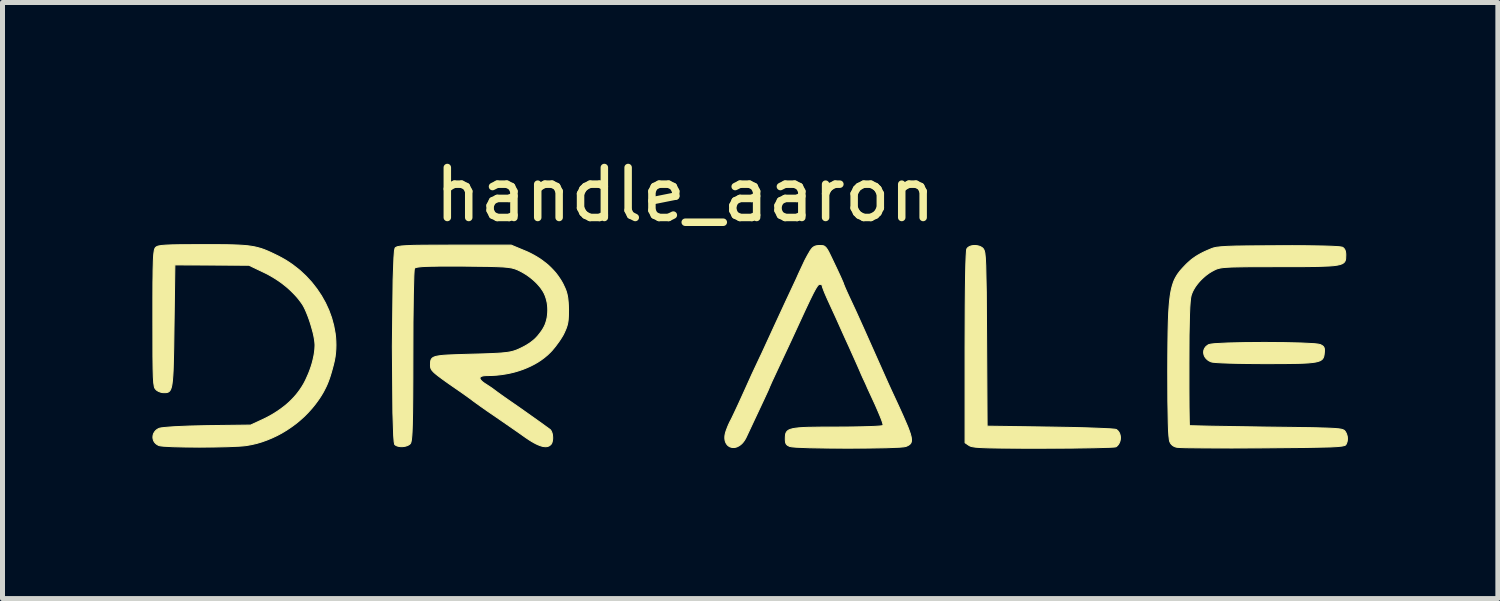
<source format=kicad_pcb>
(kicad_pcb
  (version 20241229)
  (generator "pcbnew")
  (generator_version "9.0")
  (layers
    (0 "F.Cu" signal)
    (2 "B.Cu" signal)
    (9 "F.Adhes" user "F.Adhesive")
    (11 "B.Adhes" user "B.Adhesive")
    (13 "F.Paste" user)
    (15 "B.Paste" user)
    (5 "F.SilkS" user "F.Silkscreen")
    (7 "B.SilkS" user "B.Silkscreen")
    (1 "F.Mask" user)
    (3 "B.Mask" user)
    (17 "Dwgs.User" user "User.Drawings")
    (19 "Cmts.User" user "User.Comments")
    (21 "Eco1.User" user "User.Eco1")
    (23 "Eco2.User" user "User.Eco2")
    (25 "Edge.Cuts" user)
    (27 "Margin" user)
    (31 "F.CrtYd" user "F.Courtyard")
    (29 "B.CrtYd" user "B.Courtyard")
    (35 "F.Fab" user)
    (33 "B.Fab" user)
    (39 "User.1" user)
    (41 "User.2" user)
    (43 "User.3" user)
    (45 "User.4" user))
  (footprint "handle_aaron"
    (layer "F.Cu")
    (at 10.625 3.788)
    (property "Reference" "handle_aaron" (at 0.04 -2.94 0) (unlocked yes) (layer "F.SilkS") (effects (font (size 1 1) (thickness 0.15))))
    (attr smd)
    (fp_poly (pts (xy 12.021 0.019) (xy 12.367 0.027) (xy 12.624 0.04) (xy 12.706 0.049) (xy 12.75 0.059) (xy 12.764 0.065) (xy 12.776 0.072) (xy 12.787 0.078) (xy 12.797 0.085) (xy 12.801 0.088) (xy 12.805 0.092) (xy 12.809 0.095) (xy 12.812 0.099) (xy 12.816 0.103) (xy 12.818 0.107) (xy 12.821 0.111) (xy 12.823 0.115) (xy 12.826 0.12) (xy 12.827 0.125) (xy 12.829 0.13) (xy 12.83 0.135) (xy 12.832 0.14) (xy 12.832 0.146) (xy 12.834 0.159) (xy 12.834 0.173) (xy 12.834 0.188) (xy 12.833 0.206) (xy 12.831 0.225) (xy 12.827 0.261) (xy 12.821 0.293) (xy 12.811 0.32) (xy 12.797 0.345) (xy 12.775 0.365) (xy 12.745 0.383) (xy 12.705 0.397) (xy 12.654 0.409) (xy 12.59 0.418) (xy 12.511 0.426) (xy 12.417 0.431) (xy 12.305 0.435) (xy 12.021 0.439) (xy 11.649 0.44) (xy 11.448 0.439) (xy 11.256 0.437) (xy 11.079 0.434) (xy 10.921 0.43) (xy 10.786 0.425) (xy 10.679 0.419) (xy 10.604 0.412) (xy 10.58 0.408) (xy 10.566 0.404) (xy 10.55 0.398) (xy 10.535 0.39) (xy 10.52 0.382) (xy 10.507 0.374) (xy 10.494 0.364) (xy 10.483 0.354) (xy 10.472 0.344) (xy 10.462 0.333) (xy 10.453 0.322) (xy 10.445 0.31) (xy 10.438 0.298) (xy 10.432 0.286) (xy 10.427 0.274) (xy 10.423 0.261) (xy 10.42 0.248) (xy 10.418 0.236) (xy 10.416 0.223) (xy 10.416 0.21) (xy 10.417 0.197) (xy 10.418 0.185) (xy 10.421 0.172) (xy 10.425 0.16) (xy 10.43 0.148) (xy 10.436 0.136) (xy 10.443 0.125) (xy 10.45 0.114) (xy 10.459 0.103) (xy 10.469 0.093) (xy 10.481 0.084) (xy 10.493 0.075) (xy 10.506 0.066) (xy 10.52 0.059) (xy 10.563 0.049) (xy 10.644 0.04) (xy 10.899 0.027) (xy 11.244 0.019) (xy 11.632 0.016)) (stroke (width 0.02) (type solid)) (fill yes) (layer "F.SilkS"))
    (fp_poly (pts (xy 5.855 -1.924) (xy 5.88 -1.921) (xy 5.904 -1.916) (xy 5.916 -1.913) (xy 5.928 -1.909) (xy 5.939 -1.905) (xy 5.95 -1.9) (xy 5.96 -1.895) (xy 5.97 -1.889) (xy 5.98 -1.883) (xy 5.989 -1.876) (xy 5.997 -1.868) (xy 6.005 -1.86) (xy 6.022 -1.83) (xy 6.037 -1.774) (xy 6.047 -1.675) (xy 6.055 -1.52) (xy 6.066 -0.985) (xy 6.072 -0.051) (xy 6.082 1.692) (xy 7.352 1.71) (xy 7.849 1.719) (xy 8.069 1.725) (xy 8.263 1.732) (xy 8.425 1.739) (xy 8.55 1.745) (xy 8.633 1.752) (xy 8.657 1.756) (xy 8.668 1.759) (xy 8.678 1.766) (xy 8.688 1.774) (xy 8.697 1.782) (xy 8.705 1.791) (xy 8.713 1.801) (xy 8.719 1.811) (xy 8.726 1.821) (xy 8.731 1.832) (xy 8.736 1.843) (xy 8.74 1.855) (xy 8.743 1.867) (xy 8.746 1.879) (xy 8.748 1.891) (xy 8.75 1.904) (xy 8.751 1.917) (xy 8.751 1.929) (xy 8.75 1.942) (xy 8.749 1.955) (xy 8.747 1.967) (xy 8.744 1.98) (xy 8.741 1.992) (xy 8.737 2.005) (xy 8.732 2.016) (xy 8.727 2.028) (xy 8.721 2.039) (xy 8.715 2.05) (xy 8.707 2.061) (xy 8.699 2.071) (xy 8.691 2.08) (xy 8.682 2.089) (xy 8.672 2.097) (xy 8.661 2.105) (xy 8.625 2.11) (xy 8.535 2.115) (xy 8.219 2.124) (xy 7.762 2.131) (xy 7.211 2.133) (xy 6.798 2.133) (xy 6.471 2.131) (xy 6.336 2.13) (xy 6.219 2.128) (xy 6.118 2.126) (xy 6.031 2.123) (xy 5.958 2.12) (xy 5.898 2.116) (xy 5.848 2.112) (xy 5.808 2.106) (xy 5.791 2.103) (xy 5.777 2.1) (xy 5.764 2.097) (xy 5.752 2.093) (xy 5.742 2.089) (xy 5.733 2.085) (xy 5.726 2.081) (xy 5.719 2.077) (xy 5.641 2.024) (xy 5.641 0.119) (xy 5.644 -0.709) (xy 5.647 -1.042) (xy 5.651 -1.319) (xy 5.656 -1.54) (xy 5.662 -1.704) (xy 5.669 -1.81) (xy 5.673 -1.841) (xy 5.677 -1.857) (xy 5.682 -1.865) (xy 5.688 -1.872) (xy 5.694 -1.879) (xy 5.702 -1.886) (xy 5.71 -1.892) (xy 5.719 -1.897) (xy 5.728 -1.902) (xy 5.738 -1.907) (xy 5.748 -1.911) (xy 5.759 -1.914) (xy 5.77 -1.917) (xy 5.782 -1.92) (xy 5.806 -1.923) (xy 5.83 -1.925)) (stroke (width 0.02) (type solid)) (fill yes) (layer "F.SilkS"))
    (fp_poly (pts (xy 12.435 -1.92) (xy 12.648 -1.917) (xy 12.828 -1.914) (xy 12.974 -1.909) (xy 13.084 -1.903) (xy 13.126 -1.9) (xy 13.158 -1.896) (xy 13.181 -1.892) (xy 13.194 -1.889) (xy 13.203 -1.884) (xy 13.21 -1.878) (xy 13.218 -1.872) (xy 13.224 -1.865) (xy 13.23 -1.858) (xy 13.236 -1.85) (xy 13.241 -1.841) (xy 13.245 -1.832) (xy 13.249 -1.822) (xy 13.252 -1.811) (xy 13.255 -1.799) (xy 13.257 -1.787) (xy 13.259 -1.774) (xy 13.26 -1.76) (xy 13.261 -1.745) (xy 13.261 -1.73) (xy 13.258 -1.655) (xy 13.251 -1.625) (xy 13.239 -1.599) (xy 13.218 -1.577) (xy 13.187 -1.558) (xy 13.145 -1.543) (xy 13.09 -1.531) (xy 13.019 -1.521) (xy 12.93 -1.514) (xy 12.694 -1.505) (xy 12.366 -1.501) (xy 11.931 -1.501) (xy 11.554 -1.5) (xy 11.4 -1.5) (xy 11.266 -1.499) (xy 11.15 -1.497) (xy 11.052 -1.495) (xy 10.969 -1.493) (xy 10.899 -1.489) (xy 10.868 -1.487) (xy 10.84 -1.485) (xy 10.815 -1.483) (xy 10.792 -1.48) (xy 10.771 -1.477) (xy 10.752 -1.474) (xy 10.734 -1.47) (xy 10.718 -1.466) (xy 10.703 -1.462) (xy 10.689 -1.458) (xy 10.675 -1.453) (xy 10.663 -1.448) (xy 10.65 -1.442) (xy 10.638 -1.436) (xy 10.612 -1.423) (xy 10.574 -1.402) (xy 10.536 -1.379) (xy 10.5 -1.354) (xy 10.464 -1.327) (xy 10.43 -1.298) (xy 10.396 -1.268) (xy 10.364 -1.237) (xy 10.334 -1.205) (xy 10.306 -1.172) (xy 10.279 -1.138) (xy 10.254 -1.104) (xy 10.232 -1.069) (xy 10.212 -1.034) (xy 10.194 -0.999) (xy 10.18 -0.964) (xy 10.167 -0.929) (xy 10.156 -0.875) (xy 10.147 -0.794) (xy 10.139 -0.682) (xy 10.133 -0.536) (xy 10.124 -0.131) (xy 10.122 0.447) (xy 10.122 0.925) (xy 10.124 1.317) (xy 10.128 1.582) (xy 10.13 1.655) (xy 10.131 1.675) (xy 10.132 1.682) (xy 10.586 1.693) (xy 11.667 1.71) (xy 12.152 1.716) (xy 12.351 1.719) (xy 12.523 1.721) (xy 12.671 1.724) (xy 12.796 1.728) (xy 12.85 1.729) (xy 12.9 1.731) (xy 12.945 1.733) (xy 12.986 1.735) (xy 13.023 1.737) (xy 13.056 1.739) (xy 13.085 1.742) (xy 13.111 1.744) (xy 13.133 1.747) (xy 13.153 1.75) (xy 13.17 1.753) (xy 13.185 1.757) (xy 13.197 1.761) (xy 13.208 1.765) (xy 13.217 1.769) (xy 13.225 1.773) (xy 13.232 1.778) (xy 13.237 1.783) (xy 13.242 1.789) (xy 13.247 1.794) (xy 13.257 1.81) (xy 13.266 1.826) (xy 13.274 1.843) (xy 13.28 1.86) (xy 13.285 1.877) (xy 13.29 1.894) (xy 13.292 1.912) (xy 13.294 1.93) (xy 13.294 1.947) (xy 13.293 1.965) (xy 13.291 1.982) (xy 13.288 1.999) (xy 13.283 2.016) (xy 13.277 2.032) (xy 13.27 2.048) (xy 13.261 2.063) (xy 13.253 2.071) (xy 13.239 2.078) (xy 13.187 2.09) (xy 13.094 2.1) (xy 12.948 2.108) (xy 12.454 2.118) (xy 11.614 2.126) (xy 10.978 2.129) (xy 10.44 2.127) (xy 10.059 2.123) (xy 9.944 2.119) (xy 9.889 2.115) (xy 9.876 2.113) (xy 9.863 2.11) (xy 9.851 2.107) (xy 9.839 2.102) (xy 9.828 2.097) (xy 9.817 2.092) (xy 9.807 2.086) (xy 9.798 2.079) (xy 9.788 2.072) (xy 9.784 2.068) (xy 9.78 2.064) (xy 9.776 2.06) (xy 9.772 2.056) (xy 9.768 2.052) (xy 9.764 2.047) (xy 9.761 2.042) (xy 9.757 2.038) (xy 9.754 2.033) (xy 9.751 2.028) (xy 9.748 2.022) (xy 9.746 2.017) (xy 9.743 2.012) (xy 9.741 2.006) (xy 9.735 1.991) (xy 9.73 1.966) (xy 9.721 1.89) (xy 9.713 1.777) (xy 9.708 1.624) (xy 9.7 1.194) (xy 9.698 0.588) (xy 9.699 0.296) (xy 9.701 0.037) (xy 9.704 -0.191) (xy 9.709 -0.392) (xy 9.716 -0.567) (xy 9.721 -0.646) (xy 9.726 -0.72) (xy 9.732 -0.788) (xy 9.739 -0.852) (xy 9.746 -0.911) (xy 9.755 -0.966) (xy 9.764 -1.017) (xy 9.775 -1.065) (xy 9.786 -1.109) (xy 9.799 -1.151) (xy 9.812 -1.19) (xy 9.827 -1.227) (xy 9.843 -1.261) (xy 9.861 -1.294) (xy 9.88 -1.326) (xy 9.9 -1.357) (xy 9.922 -1.386) (xy 9.945 -1.416) (xy 9.97 -1.445) (xy 9.997 -1.475) (xy 10.055 -1.536) (xy 10.081 -1.562) (xy 10.108 -1.587) (xy 10.134 -1.61) (xy 10.16 -1.633) (xy 10.187 -1.654) (xy 10.214 -1.674) (xy 10.242 -1.693) (xy 10.27 -1.712) (xy 10.3 -1.73) (xy 10.331 -1.748) (xy 10.364 -1.766) (xy 10.399 -1.784) (xy 10.436 -1.802) (xy 10.476 -1.82) (xy 10.563 -1.857) (xy 10.612 -1.875) (xy 10.677 -1.889) (xy 10.767 -1.899) (xy 10.892 -1.907) (xy 11.059 -1.913) (xy 11.279 -1.916) (xy 11.914 -1.92) (xy 12.19 -1.921)) (stroke (width 0.02) (type solid)) (fill yes) (layer "F.SilkS"))
    (fp_poly (pts (xy -9.268 -1.941) (xy -9.132 -1.94) (xy -9.011 -1.937) (xy -8.903 -1.933) (xy -8.808 -1.927) (xy -8.723 -1.92) (xy -8.646 -1.909) (xy -8.576 -1.897) (xy -8.51 -1.881) (xy -8.446 -1.863) (xy -8.384 -1.841) (xy -8.32 -1.815) (xy -8.253 -1.785) (xy -8.182 -1.751) (xy -8.104 -1.713) (xy -8.027 -1.672) (xy -7.952 -1.629) (xy -7.879 -1.582) (xy -7.809 -1.533) (xy -7.675 -1.428) (xy -7.551 -1.312) (xy -7.437 -1.189) (xy -7.334 -1.057) (xy -7.242 -0.92) (xy -7.161 -0.776) (xy -7.093 -0.628) (xy -7.038 -0.477) (xy -6.996 -0.322) (xy -6.967 -0.166) (xy -6.958 -0.088) (xy -6.953 -0.009) (xy -6.951 0.069) (xy -6.953 0.148) (xy -6.959 0.226) (xy -6.968 0.303) (xy -6.982 0.38) (xy -7 0.457) (xy -7.03 0.569) (xy -7.045 0.621) (xy -7.06 0.671) (xy -7.075 0.718) (xy -7.091 0.763) (xy -7.107 0.806) (xy -7.124 0.848) (xy -7.142 0.889) (xy -7.161 0.928) (xy -7.181 0.967) (xy -7.201 1.006) (xy -7.224 1.045) (xy -7.247 1.083) (xy -7.272 1.122) (xy -7.299 1.162) (xy -7.364 1.251) (xy -7.433 1.336) (xy -7.507 1.418) (xy -7.585 1.497) (xy -7.667 1.571) (xy -7.753 1.642) (xy -7.843 1.708) (xy -7.935 1.77) (xy -8.031 1.828) (xy -8.128 1.88) (xy -8.228 1.927) (xy -8.329 1.969) (xy -8.432 2.006) (xy -8.536 2.037) (xy -8.641 2.061) (xy -8.746 2.08) (xy -8.81 2.087) (xy -8.896 2.093) (xy -9.121 2.103) (xy -9.392 2.109) (xy -9.682 2.111) (xy -9.965 2.109) (xy -10.212 2.103) (xy -10.397 2.093) (xy -10.457 2.087) (xy -10.492 2.08) (xy -10.507 2.073) (xy -10.521 2.066) (xy -10.534 2.058) (xy -10.546 2.049) (xy -10.557 2.04) (xy -10.567 2.03) (xy -10.577 2.019) (xy -10.585 2.008) (xy -10.592 1.997) (xy -10.598 1.985) (xy -10.603 1.972) (xy -10.607 1.96) (xy -10.61 1.947) (xy -10.613 1.934) (xy -10.614 1.921) (xy -10.614 1.908) (xy -10.613 1.895) (xy -10.612 1.882) (xy -10.609 1.869) (xy -10.605 1.856) (xy -10.601 1.843) (xy -10.595 1.831) (xy -10.588 1.819) (xy -10.581 1.807) (xy -10.572 1.796) (xy -10.563 1.785) (xy -10.552 1.775) (xy -10.541 1.765) (xy -10.528 1.756) (xy -10.515 1.748) (xy -10.5 1.741) (xy -10.485 1.734) (xy -10.448 1.726) (xy -10.381 1.718) (xy -10.288 1.71) (xy -10.17 1.702) (xy -9.876 1.689) (xy -9.522 1.681) (xy -8.658 1.67) (xy -8.414 1.557) (xy -8.34 1.521) (xy -8.269 1.483) (xy -8.2 1.443) (xy -8.134 1.401) (xy -8.071 1.358) (xy -8.01 1.313) (xy -7.952 1.267) (xy -7.897 1.219) (xy -7.845 1.169) (xy -7.796 1.118) (xy -7.749 1.064) (xy -7.706 1.01) (xy -7.665 0.953) (xy -7.627 0.895) (xy -7.592 0.836) (xy -7.56 0.774) (xy -7.539 0.728) (xy -7.518 0.681) (xy -7.498 0.635) (xy -7.48 0.589) (xy -7.463 0.542) (xy -7.447 0.496) (xy -7.433 0.451) (xy -7.42 0.405) (xy -7.409 0.36) (xy -7.399 0.316) (xy -7.39 0.272) (xy -7.383 0.229) (xy -7.377 0.187) (xy -7.373 0.145) (xy -7.371 0.105) (xy -7.37 0.065) (xy -7.372 0.026) (xy -7.377 -0.018) (xy -7.385 -0.068) (xy -7.395 -0.122) (xy -7.408 -0.179) (xy -7.424 -0.238) (xy -7.441 -0.298) (xy -7.459 -0.359) (xy -7.479 -0.42) (xy -7.5 -0.48) (xy -7.522 -0.537) (xy -7.544 -0.591) (xy -7.566 -0.642) (xy -7.588 -0.687) (xy -7.61 -0.727) (xy -7.631 -0.76) (xy -7.665 -0.807) (xy -7.7 -0.853) (xy -7.738 -0.898) (xy -7.778 -0.942) (xy -7.82 -0.985) (xy -7.864 -1.028) (xy -7.909 -1.069) (xy -7.956 -1.109) (xy -8.005 -1.148) (xy -8.055 -1.186) (xy -8.107 -1.222) (xy -8.16 -1.257) (xy -8.214 -1.29) (xy -8.269 -1.322) (xy -8.325 -1.353) (xy -8.382 -1.381) (xy -8.693 -1.529) (xy -9.434 -1.533) (xy -10.175 -1.536) (xy -10.192 -0.316) (xy -10.198 0.119) (xy -10.202 0.296) (xy -10.206 0.448) (xy -10.208 0.516) (xy -10.21 0.577) (xy -10.213 0.634) (xy -10.216 0.685) (xy -10.22 0.732) (xy -10.223 0.774) (xy -10.228 0.812) (xy -10.232 0.846) (xy -10.237 0.876) (xy -10.243 0.902) (xy -10.249 0.925) (xy -10.253 0.936) (xy -10.256 0.945) (xy -10.26 0.954) (xy -10.263 0.962) (xy -10.267 0.969) (xy -10.272 0.976) (xy -10.276 0.982) (xy -10.28 0.988) (xy -10.285 0.993) (xy -10.29 0.997) (xy -10.295 1.001) (xy -10.3 1.005) (xy -10.306 1.008) (xy -10.311 1.011) (xy -10.317 1.013) (xy -10.323 1.015) (xy -10.336 1.018) (xy -10.35 1.02) (xy -10.364 1.021) (xy -10.38 1.021) (xy -10.397 1.021) (xy -10.406 1.021) (xy -10.416 1.02) (xy -10.426 1.019) (xy -10.437 1.017) (xy -10.448 1.014) (xy -10.458 1.012) (xy -10.469 1.008) (xy -10.48 1.004) (xy -10.49 1) (xy -10.5 0.996) (xy -10.51 0.991) (xy -10.52 0.985) (xy -10.529 0.98) (xy -10.537 0.974) (xy -10.545 0.968) (xy -10.552 0.961) (xy -10.572 0.937) (xy -10.58 0.92) (xy -10.587 0.896) (xy -10.598 0.825) (xy -10.606 0.709) (xy -10.611 0.536) (xy -10.614 0.292) (xy -10.615 -0.464) (xy -10.615 -0.867) (xy -10.614 -1.184) (xy -10.612 -1.314) (xy -10.611 -1.427) (xy -10.608 -1.524) (xy -10.606 -1.606) (xy -10.603 -1.675) (xy -10.599 -1.731) (xy -10.594 -1.777) (xy -10.591 -1.796) (xy -10.589 -1.812) (xy -10.586 -1.827) (xy -10.583 -1.84) (xy -10.579 -1.851) (xy -10.576 -1.86) (xy -10.572 -1.869) (xy -10.568 -1.875) (xy -10.564 -1.881) (xy -10.559 -1.886) (xy -10.549 -1.894) (xy -10.536 -1.902) (xy -10.52 -1.909) (xy -10.499 -1.915) (xy -10.44 -1.925) (xy -10.353 -1.932) (xy -10.231 -1.937) (xy -10.069 -1.94) (xy -9.596 -1.942)) (stroke (width 0.02) (type solid)) (fill yes) (layer "F.SilkS"))
    (fp_poly (pts (xy 2.775 -1.923) (xy 2.792 -1.921) (xy 2.807 -1.918) (xy 2.822 -1.912) (xy 2.835 -1.903) (xy 2.849 -1.891) (xy 2.863 -1.876) (xy 2.877 -1.856) (xy 2.893 -1.831) (xy 2.91 -1.801) (xy 2.928 -1.765) (xy 2.973 -1.672) (xy 3.031 -1.55) (xy 3.067 -1.475) (xy 3.1 -1.404) (xy 3.13 -1.34) (xy 3.156 -1.283) (xy 3.177 -1.235) (xy 3.193 -1.198) (xy 3.204 -1.173) (xy 3.206 -1.166) (xy 3.207 -1.162) (xy 3.209 -1.154) (xy 3.216 -1.138) (xy 3.239 -1.081) (xy 3.274 -1.002) (xy 3.317 -0.908) (xy 3.454 -0.614) (xy 3.618 -0.251) (xy 3.973 0.546) (xy 4.096 0.822) (xy 4.177 0.999) (xy 4.294 1.251) (xy 4.351 1.376) (xy 4.401 1.487) (xy 4.444 1.586) (xy 4.463 1.63) (xy 4.481 1.672) (xy 4.497 1.71) (xy 4.511 1.747) (xy 4.523 1.78) (xy 4.534 1.811) (xy 4.544 1.84) (xy 4.551 1.867) (xy 4.558 1.891) (xy 4.563 1.914) (xy 4.566 1.935) (xy 4.568 1.953) (xy 4.569 1.971) (xy 4.568 1.979) (xy 4.568 1.987) (xy 4.567 1.994) (xy 4.566 2.001) (xy 4.564 2.007) (xy 4.562 2.014) (xy 4.56 2.02) (xy 4.557 2.026) (xy 4.554 2.031) (xy 4.551 2.036) (xy 4.547 2.041) (xy 4.543 2.046) (xy 4.539 2.051) (xy 4.534 2.055) (xy 4.524 2.063) (xy 4.513 2.071) (xy 4.5 2.078) (xy 4.487 2.085) (xy 4.472 2.091) (xy 4.456 2.098) (xy 4.412 2.106) (xy 4.328 2.113) (xy 4.061 2.124) (xy 3.701 2.13) (xy 3.295 2.132) (xy 2.89 2.13) (xy 2.53 2.124) (xy 2.263 2.113) (xy 2.179 2.106) (xy 2.135 2.098) (xy 2.121 2.093) (xy 2.11 2.087) (xy 2.099 2.081) (xy 2.089 2.076) (xy 2.081 2.069) (xy 2.077 2.066) (xy 2.073 2.062) (xy 2.07 2.059) (xy 2.067 2.055) (xy 2.064 2.051) (xy 2.061 2.047) (xy 2.059 2.042) (xy 2.056 2.038) (xy 2.054 2.033) (xy 2.052 2.028) (xy 2.049 2.017) (xy 2.047 2.005) (xy 2.045 1.991) (xy 2.044 1.976) (xy 2.043 1.96) (xy 2.043 1.943) (xy 2.044 1.903) (xy 2.047 1.869) (xy 2.053 1.839) (xy 2.065 1.812) (xy 2.083 1.79) (xy 2.108 1.771) (xy 2.143 1.756) (xy 2.189 1.743) (xy 2.246 1.733) (xy 2.316 1.725) (xy 2.401 1.719) (xy 2.501 1.715) (xy 2.756 1.711) (xy 3.091 1.71) (xy 3.269 1.709) (xy 3.436 1.707) (xy 3.589 1.704) (xy 3.723 1.7) (xy 3.834 1.696) (xy 3.92 1.69) (xy 3.952 1.687) (xy 3.975 1.684) (xy 3.991 1.681) (xy 3.995 1.68) (xy 3.997 1.678) (xy 3.999 1.671) (xy 3.999 1.66) (xy 3.99 1.622) (xy 3.97 1.564) (xy 3.938 1.484) (xy 3.894 1.38) (xy 3.838 1.252) (xy 3.683 0.916) (xy 3.673 0.891) (xy 3.66 0.862) (xy 3.629 0.794) (xy 3.595 0.722) (xy 3.563 0.651) (xy 3.523 0.557) (xy 3.462 0.419) (xy 3.313 0.087) (xy 3.236 -0.081) (xy 3.164 -0.241) (xy 3.066 -0.46) (xy 2.893 -0.837) (xy 2.871 -0.886) (xy 2.851 -0.932) (xy 2.832 -0.976) (xy 2.816 -1.016) (xy 2.803 -1.051) (xy 2.792 -1.079) (xy 2.789 -1.09) (xy 2.786 -1.1) (xy 2.784 -1.107) (xy 2.784 -1.112) (xy 2.784 -1.114) (xy 2.784 -1.116) (xy 2.783 -1.117) (xy 2.783 -1.119) (xy 2.782 -1.121) (xy 2.782 -1.122) (xy 2.781 -1.124) (xy 2.78 -1.125) (xy 2.779 -1.127) (xy 2.778 -1.128) (xy 2.776 -1.131) (xy 2.773 -1.134) (xy 2.77 -1.137) (xy 2.766 -1.139) (xy 2.762 -1.141) (xy 2.758 -1.143) (xy 2.754 -1.145) (xy 2.749 -1.146) (xy 2.745 -1.147) (xy 2.74 -1.148) (xy 2.737 -1.148) (xy 2.734 -1.148) (xy 2.724 -1.146) (xy 2.714 -1.141) (xy 2.701 -1.13) (xy 2.687 -1.114) (xy 2.651 -1.058) (xy 2.601 -0.965) (xy 2.532 -0.825) (xy 2.44 -0.63) (xy 2.166 -0.036) (xy 1.905 0.521) (xy 1.836 0.669) (xy 1.778 0.793) (xy 1.74 0.879) (xy 1.729 0.903) (xy 1.726 0.912) (xy 1.7 0.974) (xy 1.618 1.151) (xy 1.26 1.914) (xy 1.244 1.945) (xy 1.227 1.973) (xy 1.209 1.999) (xy 1.191 2.022) (xy 1.172 2.042) (xy 1.152 2.06) (xy 1.132 2.075) (xy 1.111 2.088) (xy 1.091 2.099) (xy 1.07 2.108) (xy 1.049 2.114) (xy 1.029 2.118) (xy 1.009 2.119) (xy 0.989 2.119) (xy 0.97 2.116) (xy 0.952 2.111) (xy 0.934 2.105) (xy 0.918 2.096) (xy 0.902 2.085) (xy 0.888 2.073) (xy 0.875 2.058) (xy 0.864 2.042) (xy 0.854 2.024) (xy 0.846 2.004) (xy 0.839 1.983) (xy 0.835 1.959) (xy 0.833 1.935) (xy 0.833 1.908) (xy 0.835 1.88) (xy 0.84 1.851) (xy 0.848 1.82) (xy 0.858 1.787) (xy 0.869 1.758) (xy 0.88 1.728) (xy 0.892 1.698) (xy 0.904 1.669) (xy 0.916 1.643) (xy 0.927 1.619) (xy 0.937 1.598) (xy 0.942 1.59) (xy 0.946 1.583) (xy 0.971 1.534) (xy 1.01 1.452) (xy 1.059 1.348) (xy 1.112 1.234) (xy 1.243 0.946) (xy 1.376 0.651) (xy 1.49 0.408) (xy 1.536 0.31) (xy 1.567 0.246) (xy 1.836 -0.339) (xy 2.047 -0.795) (xy 2.262 -1.254) (xy 2.306 -1.353) (xy 2.352 -1.452) (xy 2.424 -1.606) (xy 2.437 -1.633) (xy 2.452 -1.661) (xy 2.468 -1.691) (xy 2.484 -1.721) (xy 2.501 -1.751) (xy 2.518 -1.779) (xy 2.533 -1.806) (xy 2.547 -1.829) (xy 2.557 -1.842) (xy 2.566 -1.854) (xy 2.575 -1.865) (xy 2.584 -1.875) (xy 2.594 -1.884) (xy 2.603 -1.891) (xy 2.613 -1.898) (xy 2.624 -1.904) (xy 2.635 -1.909) (xy 2.646 -1.913) (xy 2.659 -1.917) (xy 2.672 -1.919) (xy 2.686 -1.921) (xy 2.701 -1.923) (xy 2.717 -1.924) (xy 2.734 -1.924)) (stroke (width 0.02) (type solid)) (fill yes) (layer "F.SilkS"))
    (fp_poly (pts (xy -3.196 -1.829) (xy -3.124 -1.799) (xy -3.055 -1.766) (xy -2.989 -1.731) (xy -2.925 -1.694) (xy -2.863 -1.655) (xy -2.805 -1.613) (xy -2.749 -1.57) (xy -2.695 -1.525) (xy -2.645 -1.477) (xy -2.598 -1.428) (xy -2.553 -1.377) (xy -2.512 -1.324) (xy -2.474 -1.269) (xy -2.438 -1.213) (xy -2.406 -1.155) (xy -2.378 -1.095) (xy -2.367 -1.072) (xy -2.357 -1.048) (xy -2.348 -1.025) (xy -2.34 -1.001) (xy -2.333 -0.977) (xy -2.326 -0.952) (xy -2.321 -0.927) (xy -2.316 -0.901) (xy -2.311 -0.873) (xy -2.308 -0.845) (xy -2.305 -0.815) (xy -2.302 -0.783) (xy -2.298 -0.714) (xy -2.296 -0.637) (xy -2.297 -0.551) (xy -2.298 -0.514) (xy -2.3 -0.479) (xy -2.302 -0.448) (xy -2.305 -0.418) (xy -2.309 -0.391) (xy -2.314 -0.364) (xy -2.32 -0.339) (xy -2.327 -0.314) (xy -2.335 -0.289) (xy -2.344 -0.264) (xy -2.355 -0.238) (xy -2.367 -0.21) (xy -2.38 -0.181) (xy -2.395 -0.15) (xy -2.406 -0.129) (xy -2.419 -0.107) (xy -2.433 -0.084) (xy -2.448 -0.06) (xy -2.48 -0.011) (xy -2.516 0.038) (xy -2.552 0.087) (xy -2.589 0.133) (xy -2.625 0.176) (xy -2.643 0.195) (xy -2.66 0.213) (xy -2.716 0.267) (xy -2.776 0.317) (xy -2.84 0.365) (xy -2.908 0.41) (xy -2.979 0.451) (xy -3.053 0.489) (xy -3.131 0.524) (xy -3.211 0.556) (xy -3.293 0.584) (xy -3.378 0.609) (xy -3.465 0.63) (xy -3.553 0.647) (xy -3.644 0.661) (xy -3.735 0.671) (xy -3.829 0.677) (xy -3.923 0.679) (xy -3.94 0.679) (xy -3.956 0.68) (xy -3.971 0.681) (xy -3.985 0.682) (xy -3.998 0.684) (xy -4.01 0.686) (xy -4.021 0.689) (xy -4.031 0.692) (xy -4.039 0.695) (xy -4.047 0.699) (xy -4.053 0.703) (xy -4.058 0.707) (xy -4.063 0.712) (xy -4.066 0.717) (xy -4.068 0.722) (xy -4.069 0.728) (xy -4.069 0.734) (xy -4.067 0.74) (xy -4.065 0.747) (xy -4.062 0.754) (xy -4.057 0.761) (xy -4.052 0.769) (xy -4.045 0.777) (xy -4.037 0.785) (xy -4.029 0.793) (xy -4.019 0.802) (xy -4.008 0.811) (xy -3.996 0.82) (xy -3.983 0.829) (xy -3.968 0.839) (xy -3.953 0.849) (xy -3.937 0.859) (xy -3.884 0.894) (xy -3.858 0.911) (xy -3.833 0.928) (xy -3.811 0.944) (xy -3.791 0.958) (xy -3.776 0.97) (xy -3.764 0.979) (xy -3.73 1.004) (xy -3.668 1.049) (xy -3.585 1.108) (xy -3.492 1.173) (xy -3.297 1.308) (xy -3.1 1.447) (xy -2.893 1.594) (xy -2.67 1.755) (xy -2.664 1.76) (xy -2.658 1.766) (xy -2.653 1.773) (xy -2.648 1.78) (xy -2.643 1.788) (xy -2.639 1.797) (xy -2.631 1.815) (xy -2.624 1.836) (xy -2.619 1.858) (xy -2.616 1.881) (xy -2.614 1.904) (xy -2.613 1.928) (xy -2.614 1.951) (xy -2.617 1.974) (xy -2.621 1.996) (xy -2.626 2.016) (xy -2.63 2.025) (xy -2.633 2.034) (xy -2.638 2.042) (xy -2.642 2.049) (xy -2.647 2.056) (xy -2.653 2.062) (xy -2.661 2.069) (xy -2.669 2.076) (xy -2.678 2.082) (xy -2.688 2.088) (xy -2.698 2.092) (xy -2.708 2.096) (xy -2.719 2.099) (xy -2.731 2.101) (xy -2.755 2.103) (xy -2.781 2.101) (xy -2.81 2.097) (xy -2.84 2.089) (xy -2.873 2.078) (xy -2.908 2.064) (xy -2.945 2.047) (xy -2.985 2.026) (xy -3.027 2.002) (xy -3.071 1.975) (xy -3.118 1.944) (xy -3.168 1.91) (xy -3.299 1.817) (xy -3.459 1.706) (xy -3.782 1.483) (xy -3.92 1.389) (xy -4.044 1.302) (xy -4.14 1.233) (xy -4.194 1.194) (xy -4.245 1.155) (xy -4.332 1.092) (xy -4.442 1.014) (xy -4.565 0.929) (xy -4.646 0.873) (xy -4.719 0.822) (xy -4.782 0.777) (xy -4.837 0.737) (xy -4.884 0.702) (xy -4.905 0.686) (xy -4.924 0.671) (xy -4.942 0.657) (xy -4.958 0.644) (xy -4.972 0.632) (xy -4.985 0.62) (xy -4.997 0.609) (xy -5.007 0.598) (xy -5.016 0.588) (xy -5.024 0.579) (xy -5.031 0.57) (xy -5.037 0.561) (xy -5.042 0.552) (xy -5.046 0.544) (xy -5.05 0.535) (xy -5.053 0.527) (xy -5.055 0.519) (xy -5.056 0.51) (xy -5.057 0.502) (xy -5.058 0.493) (xy -5.059 0.474) (xy -5.057 0.409) (xy -5.053 0.382) (xy -5.045 0.359) (xy -5.033 0.34) (xy -5.024 0.331) (xy -5.015 0.323) (xy -4.989 0.309) (xy -4.956 0.297) (xy -4.913 0.288) (xy -4.86 0.28) (xy -4.795 0.273) (xy -4.718 0.268) (xy -4.52 0.26) (xy -4.258 0.252) (xy -4 0.245) (xy -3.893 0.241) (xy -3.799 0.237) (xy -3.717 0.233) (xy -3.645 0.228) (xy -3.582 0.222) (xy -3.527 0.216) (xy -3.478 0.208) (xy -3.456 0.204) (xy -3.435 0.199) (xy -3.414 0.194) (xy -3.395 0.188) (xy -3.357 0.176) (xy -3.321 0.162) (xy -3.285 0.146) (xy -3.247 0.128) (xy -3.207 0.108) (xy -3.173 0.09) (xy -3.141 0.072) (xy -3.111 0.053) (xy -3.082 0.035) (xy -3.055 0.016) (xy -3.029 -0.004) (xy -3.004 -0.024) (xy -2.979 -0.045) (xy -2.956 -0.067) (xy -2.934 -0.09) (xy -2.912 -0.114) (xy -2.891 -0.14) (xy -2.87 -0.166) (xy -2.849 -0.195) (xy -2.828 -0.224) (xy -2.808 -0.256) (xy -2.786 -0.295) (xy -2.766 -0.337) (xy -2.75 -0.381) (xy -2.736 -0.428) (xy -2.725 -0.476) (xy -2.718 -0.525) (xy -2.713 -0.575) (xy -2.711 -0.626) (xy -2.712 -0.677) (xy -2.716 -0.727) (xy -2.723 -0.777) (xy -2.734 -0.826) (xy -2.747 -0.873) (xy -2.763 -0.919) (xy -2.782 -0.963) (xy -2.804 -1.004) (xy -2.825 -1.036) (xy -2.847 -1.068) (xy -2.871 -1.1) (xy -2.898 -1.131) (xy -2.926 -1.162) (xy -2.956 -1.192) (xy -2.987 -1.221) (xy -3.02 -1.25) (xy -3.054 -1.277) (xy -3.089 -1.304) (xy -3.125 -1.33) (xy -3.163 -1.354) (xy -3.201 -1.377) (xy -3.24 -1.399) (xy -3.279 -1.419) (xy -3.319 -1.438) (xy -3.371 -1.458) (xy -3.43 -1.474) (xy -3.504 -1.486) (xy -3.602 -1.495) (xy -3.733 -1.501) (xy -3.906 -1.506) (xy -4.413 -1.512) (xy -4.668 -1.512) (xy -4.778 -1.512) (xy -4.876 -1.512) (xy -4.964 -1.51) (xy -5.041 -1.509) (xy -5.109 -1.507) (xy -5.168 -1.505) (xy -5.218 -1.502) (xy -5.26 -1.498) (xy -5.295 -1.494) (xy -5.323 -1.49) (xy -5.335 -1.487) (xy -5.345 -1.485) (xy -5.354 -1.482) (xy -5.362 -1.479) (xy -5.368 -1.476) (xy -5.373 -1.473) (xy -5.377 -1.469) (xy -5.38 -1.466) (xy -5.386 -1.422) (xy -5.392 -1.315) (xy -5.402 -0.936) (xy -5.409 -0.386) (xy -5.411 0.277) (xy -5.412 0.744) (xy -5.414 1.123) (xy -5.417 1.423) (xy -5.422 1.652) (xy -5.425 1.742) (xy -5.428 1.819) (xy -5.432 1.882) (xy -5.437 1.933) (xy -5.442 1.973) (xy -5.448 2.003) (xy -5.454 2.024) (xy -5.457 2.031) (xy -5.461 2.037) (xy -5.466 2.044) (xy -5.472 2.05) (xy -5.479 2.056) (xy -5.487 2.062) (xy -5.495 2.067) (xy -5.504 2.072) (xy -5.513 2.077) (xy -5.523 2.081) (xy -5.544 2.088) (xy -5.566 2.094) (xy -5.589 2.098) (xy -5.613 2.101) (xy -5.636 2.102) (xy -5.66 2.101) (xy -5.683 2.098) (xy -5.705 2.094) (xy -5.715 2.091) (xy -5.725 2.088) (xy -5.735 2.084) (xy -5.744 2.08) (xy -5.753 2.075) (xy -5.761 2.07) (xy -5.768 2.064) (xy -5.775 2.058) (xy -5.786 2.004) (xy -5.796 1.873) (xy -5.811 1.427) (xy -5.822 0.097) (xy -5.807 -1.234) (xy -5.79 -1.683) (xy -5.78 -1.815) (xy -5.768 -1.872) (xy -5.759 -1.881) (xy -5.746 -1.889) (xy -5.73 -1.897) (xy -5.708 -1.903) (xy -5.642 -1.914) (xy -5.54 -1.921) (xy -5.393 -1.927) (xy -5.19 -1.93) (xy -4.582 -1.932) (xy -3.443 -1.932)) (stroke (width 0.02) (type solid)) (fill yes) (layer "F.SilkS")))
  (gr_rect
    (start -3 -3)
    (end 26.93 8.931)
    (stroke (width 0.1) (type default))
    (fill no)
    (layer "Edge.Cuts")))
</source>
